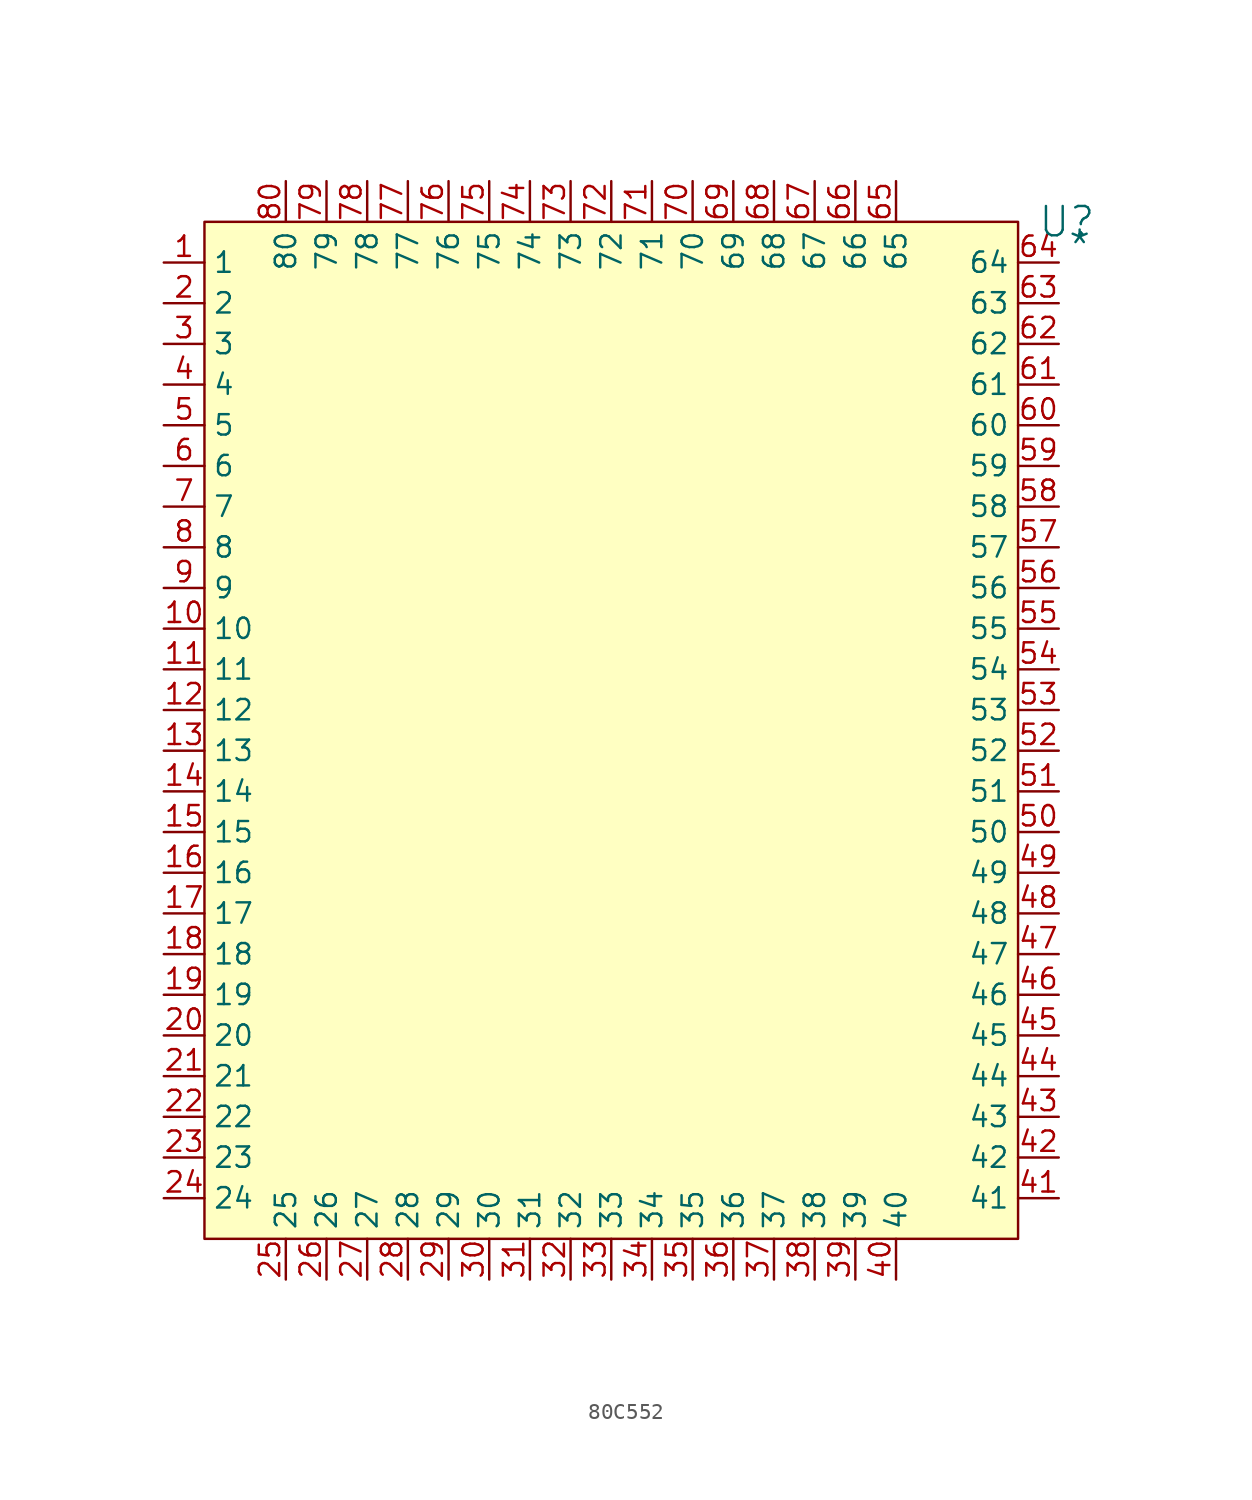
<source format=kicad_sym>
(kicad_symbol_lib
  (version 20241209)
  (generator "kicad_symbol_editor")
  (generator_version "9.0")
  (symbol "80C552"
    (property "Reference" "U"
      (at 53.848 0 0)
      (effects (font (size 1.829 1.829))))
    (property "Value" "*"
      (at 53.848 -2.54 0)
      (effects (font (size 1.829 1.829)) (justify left bottom)))
    (symbol "80C552_1_0"
      (rectangle (start 50.8 0) (end 0 -63.5) (stroke (width 0) (type solid) (color 128 0 0 1)) (fill (type background)))
      (pin passive line (at -2.54 -2.54 0) (length 2.54) (name "1" (effects (font (size 1.27 1.27)))) (number "1" (effects (font (size 1.27 1.27)))))
      (pin passive line (at -2.54 -5.08 0) (length 2.54) (name "2" (effects (font (size 1.27 1.27)))) (number "2" (effects (font (size 1.27 1.27)))))
      (pin passive line (at -2.54 -7.62 0) (length 2.54) (name "3" (effects (font (size 1.27 1.27)))) (number "3" (effects (font (size 1.27 1.27)))))
      (pin passive line (at -2.54 -10.16 0) (length 2.54) (name "4" (effects (font (size 1.27 1.27)))) (number "4" (effects (font (size 1.27 1.27)))))
      (pin passive line (at -2.54 -12.7 0) (length 2.54) (name "5" (effects (font (size 1.27 1.27)))) (number "5" (effects (font (size 1.27 1.27)))))
      (pin passive line (at -2.54 -15.24 0) (length 2.54) (name "6" (effects (font (size 1.27 1.27)))) (number "6" (effects (font (size 1.27 1.27)))))
      (pin passive line (at -2.54 -17.78 0) (length 2.54) (name "7" (effects (font (size 1.27 1.27)))) (number "7" (effects (font (size 1.27 1.27)))))
      (pin passive line (at -2.54 -20.32 0) (length 2.54) (name "8" (effects (font (size 1.27 1.27)))) (number "8" (effects (font (size 1.27 1.27)))))
      (pin passive line (at -2.54 -22.86 0) (length 2.54) (name "9" (effects (font (size 1.27 1.27)))) (number "9" (effects (font (size 1.27 1.27)))))
      (pin passive line (at -2.54 -25.4 0) (length 2.54) (name "10" (effects (font (size 1.27 1.27)))) (number "10" (effects (font (size 1.27 1.27)))))
      (pin passive line (at -2.54 -27.94 0) (length 2.54) (name "11" (effects (font (size 1.27 1.27)))) (number "11" (effects (font (size 1.27 1.27)))))
      (pin passive line (at -2.54 -30.48 0) (length 2.54) (name "12" (effects (font (size 1.27 1.27)))) (number "12" (effects (font (size 1.27 1.27)))))
      (pin passive line (at -2.54 -33.02 0) (length 2.54) (name "13" (effects (font (size 1.27 1.27)))) (number "13" (effects (font (size 1.27 1.27)))))
      (pin passive line (at -2.54 -35.56 0) (length 2.54) (name "14" (effects (font (size 1.27 1.27)))) (number "14" (effects (font (size 1.27 1.27)))))
      (pin passive line (at -2.54 -38.1 0) (length 2.54) (name "15" (effects (font (size 1.27 1.27)))) (number "15" (effects (font (size 1.27 1.27)))))
      (pin passive line (at -2.54 -40.64 0) (length 2.54) (name "16" (effects (font (size 1.27 1.27)))) (number "16" (effects (font (size 1.27 1.27)))))
      (pin passive line (at -2.54 -43.18 0) (length 2.54) (name "17" (effects (font (size 1.27 1.27)))) (number "17" (effects (font (size 1.27 1.27)))))
      (pin passive line (at -2.54 -45.72 0) (length 2.54) (name "18" (effects (font (size 1.27 1.27)))) (number "18" (effects (font (size 1.27 1.27)))))
      (pin passive line (at -2.54 -48.26 0) (length 2.54) (name "19" (effects (font (size 1.27 1.27)))) (number "19" (effects (font (size 1.27 1.27)))))
      (pin passive line (at -2.54 -50.8 0) (length 2.54) (name "20" (effects (font (size 1.27 1.27)))) (number "20" (effects (font (size 1.27 1.27)))))
      (pin passive line (at -2.54 -53.34 0) (length 2.54) (name "21" (effects (font (size 1.27 1.27)))) (number "21" (effects (font (size 1.27 1.27)))))
      (pin passive line (at -2.54 -55.88 0) (length 2.54) (name "22" (effects (font (size 1.27 1.27)))) (number "22" (effects (font (size 1.27 1.27)))))
      (pin passive line (at -2.54 -58.42 0) (length 2.54) (name "23" (effects (font (size 1.27 1.27)))) (number "23" (effects (font (size 1.27 1.27)))))
      (pin passive line (at -2.54 -60.96 0) (length 2.54) (name "24" (effects (font (size 1.27 1.27)))) (number "24" (effects (font (size 1.27 1.27)))))
      (pin passive line (at 5.08 2.54 270) (length 2.54) (name "80" (effects (font (size 1.27 1.27)))) (number "80" (effects (font (size 1.27 1.27)))))
      (pin passive line (at 5.08 -66.04 90) (length 2.54) (name "25" (effects (font (size 1.27 1.27)))) (number "25" (effects (font (size 1.27 1.27)))))
      (pin passive line (at 7.62 2.54 270) (length 2.54) (name "79" (effects (font (size 1.27 1.27)))) (number "79" (effects (font (size 1.27 1.27)))))
      (pin passive line (at 7.62 -66.04 90) (length 2.54) (name "26" (effects (font (size 1.27 1.27)))) (number "26" (effects (font (size 1.27 1.27)))))
      (pin passive line (at 10.16 2.54 270) (length 2.54) (name "78" (effects (font (size 1.27 1.27)))) (number "78" (effects (font (size 1.27 1.27)))))
      (pin passive line (at 10.16 -66.04 90) (length 2.54) (name "27" (effects (font (size 1.27 1.27)))) (number "27" (effects (font (size 1.27 1.27)))))
      (pin passive line (at 12.7 2.54 270) (length 2.54) (name "77" (effects (font (size 1.27 1.27)))) (number "77" (effects (font (size 1.27 1.27)))))
      (pin passive line (at 12.7 -66.04 90) (length 2.54) (name "28" (effects (font (size 1.27 1.27)))) (number "28" (effects (font (size 1.27 1.27)))))
      (pin passive line (at 15.24 2.54 270) (length 2.54) (name "76" (effects (font (size 1.27 1.27)))) (number "76" (effects (font (size 1.27 1.27)))))
      (pin passive line (at 15.24 -66.04 90) (length 2.54) (name "29" (effects (font (size 1.27 1.27)))) (number "29" (effects (font (size 1.27 1.27)))))
      (pin passive line (at 17.78 2.54 270) (length 2.54) (name "75" (effects (font (size 1.27 1.27)))) (number "75" (effects (font (size 1.27 1.27)))))
      (pin passive line (at 17.78 -66.04 90) (length 2.54) (name "30" (effects (font (size 1.27 1.27)))) (number "30" (effects (font (size 1.27 1.27)))))
      (pin passive line (at 20.32 2.54 270) (length 2.54) (name "74" (effects (font (size 1.27 1.27)))) (number "74" (effects (font (size 1.27 1.27)))))
      (pin passive line (at 20.32 -66.04 90) (length 2.54) (name "31" (effects (font (size 1.27 1.27)))) (number "31" (effects (font (size 1.27 1.27)))))
      (pin passive line (at 22.86 2.54 270) (length 2.54) (name "73" (effects (font (size 1.27 1.27)))) (number "73" (effects (font (size 1.27 1.27)))))
      (pin passive line (at 22.86 -66.04 90) (length 2.54) (name "32" (effects (font (size 1.27 1.27)))) (number "32" (effects (font (size 1.27 1.27)))))
      (pin passive line (at 25.4 2.54 270) (length 2.54) (name "72" (effects (font (size 1.27 1.27)))) (number "72" (effects (font (size 1.27 1.27)))))
      (pin passive line (at 25.4 -66.04 90) (length 2.54) (name "33" (effects (font (size 1.27 1.27)))) (number "33" (effects (font (size 1.27 1.27)))))
      (pin passive line (at 27.94 2.54 270) (length 2.54) (name "71" (effects (font (size 1.27 1.27)))) (number "71" (effects (font (size 1.27 1.27)))))
      (pin passive line (at 27.94 -66.04 90) (length 2.54) (name "34" (effects (font (size 1.27 1.27)))) (number "34" (effects (font (size 1.27 1.27)))))
      (pin passive line (at 30.48 2.54 270) (length 2.54) (name "70" (effects (font (size 1.27 1.27)))) (number "70" (effects (font (size 1.27 1.27)))))
      (pin passive line (at 30.48 -66.04 90) (length 2.54) (name "35" (effects (font (size 1.27 1.27)))) (number "35" (effects (font (size 1.27 1.27)))))
      (pin passive line (at 33.02 2.54 270) (length 2.54) (name "69" (effects (font (size 1.27 1.27)))) (number "69" (effects (font (size 1.27 1.27)))))
      (pin passive line (at 33.02 -66.04 90) (length 2.54) (name "36" (effects (font (size 1.27 1.27)))) (number "36" (effects (font (size 1.27 1.27)))))
      (pin passive line (at 35.56 2.54 270) (length 2.54) (name "68" (effects (font (size 1.27 1.27)))) (number "68" (effects (font (size 1.27 1.27)))))
      (pin passive line (at 35.56 -66.04 90) (length 2.54) (name "37" (effects (font (size 1.27 1.27)))) (number "37" (effects (font (size 1.27 1.27)))))
      (pin passive line (at 38.1 2.54 270) (length 2.54) (name "67" (effects (font (size 1.27 1.27)))) (number "67" (effects (font (size 1.27 1.27)))))
      (pin passive line (at 38.1 -66.04 90) (length 2.54) (name "38" (effects (font (size 1.27 1.27)))) (number "38" (effects (font (size 1.27 1.27)))))
      (pin passive line (at 40.64 2.54 270) (length 2.54) (name "66" (effects (font (size 1.27 1.27)))) (number "66" (effects (font (size 1.27 1.27)))))
      (pin passive line (at 40.64 -66.04 90) (length 2.54) (name "39" (effects (font (size 1.27 1.27)))) (number "39" (effects (font (size 1.27 1.27)))))
      (pin passive line (at 43.18 2.54 270) (length 2.54) (name "65" (effects (font (size 1.27 1.27)))) (number "65" (effects (font (size 1.27 1.27)))))
      (pin passive line (at 43.18 -66.04 90) (length 2.54) (name "40" (effects (font (size 1.27 1.27)))) (number "40" (effects (font (size 1.27 1.27)))))
      (pin passive line (at 53.34 -2.54 180) (length 2.54) (name "64" (effects (font (size 1.27 1.27)))) (number "64" (effects (font (size 1.27 1.27)))))
      (pin passive line (at 53.34 -5.08 180) (length 2.54) (name "63" (effects (font (size 1.27 1.27)))) (number "63" (effects (font (size 1.27 1.27)))))
      (pin passive line (at 53.34 -7.62 180) (length 2.54) (name "62" (effects (font (size 1.27 1.27)))) (number "62" (effects (font (size 1.27 1.27)))))
      (pin passive line (at 53.34 -10.16 180) (length 2.54) (name "61" (effects (font (size 1.27 1.27)))) (number "61" (effects (font (size 1.27 1.27)))))
      (pin passive line (at 53.34 -12.7 180) (length 2.54) (name "60" (effects (font (size 1.27 1.27)))) (number "60" (effects (font (size 1.27 1.27)))))
      (pin passive line (at 53.34 -15.24 180) (length 2.54) (name "59" (effects (font (size 1.27 1.27)))) (number "59" (effects (font (size 1.27 1.27)))))
      (pin passive line (at 53.34 -17.78 180) (length 2.54) (name "58" (effects (font (size 1.27 1.27)))) (number "58" (effects (font (size 1.27 1.27)))))
      (pin passive line (at 53.34 -20.32 180) (length 2.54) (name "57" (effects (font (size 1.27 1.27)))) (number "57" (effects (font (size 1.27 1.27)))))
      (pin passive line (at 53.34 -22.86 180) (length 2.54) (name "56" (effects (font (size 1.27 1.27)))) (number "56" (effects (font (size 1.27 1.27)))))
      (pin passive line (at 53.34 -25.4 180) (length 2.54) (name "55" (effects (font (size 1.27 1.27)))) (number "55" (effects (font (size 1.27 1.27)))))
      (pin passive line (at 53.34 -27.94 180) (length 2.54) (name "54" (effects (font (size 1.27 1.27)))) (number "54" (effects (font (size 1.27 1.27)))))
      (pin passive line (at 53.34 -30.48 180) (length 2.54) (name "53" (effects (font (size 1.27 1.27)))) (number "53" (effects (font (size 1.27 1.27)))))
      (pin passive line (at 53.34 -33.02 180) (length 2.54) (name "52" (effects (font (size 1.27 1.27)))) (number "52" (effects (font (size 1.27 1.27)))))
      (pin passive line (at 53.34 -35.56 180) (length 2.54) (name "51" (effects (font (size 1.27 1.27)))) (number "51" (effects (font (size 1.27 1.27)))))
      (pin passive line (at 53.34 -38.1 180) (length 2.54) (name "50" (effects (font (size 1.27 1.27)))) (number "50" (effects (font (size 1.27 1.27)))))
      (pin passive line (at 53.34 -40.64 180) (length 2.54) (name "49" (effects (font (size 1.27 1.27)))) (number "49" (effects (font (size 1.27 1.27)))))
      (pin passive line (at 53.34 -43.18 180) (length 2.54) (name "48" (effects (font (size 1.27 1.27)))) (number "48" (effects (font (size 1.27 1.27)))))
      (pin passive line (at 53.34 -45.72 180) (length 2.54) (name "47" (effects (font (size 1.27 1.27)))) (number "47" (effects (font (size 1.27 1.27)))))
      (pin passive line (at 53.34 -48.26 180) (length 2.54) (name "46" (effects (font (size 1.27 1.27)))) (number "46" (effects (font (size 1.27 1.27)))))
      (pin passive line (at 53.34 -50.8 180) (length 2.54) (name "45" (effects (font (size 1.27 1.27)))) (number "45" (effects (font (size 1.27 1.27)))))
      (pin passive line (at 53.34 -53.34 180) (length 2.54) (name "44" (effects (font (size 1.27 1.27)))) (number "44" (effects (font (size 1.27 1.27)))))
      (pin passive line (at 53.34 -55.88 180) (length 2.54) (name "43" (effects (font (size 1.27 1.27)))) (number "43" (effects (font (size 1.27 1.27)))))
      (pin passive line (at 53.34 -58.42 180) (length 2.54) (name "42" (effects (font (size 1.27 1.27)))) (number "42" (effects (font (size 1.27 1.27)))))
      (pin passive line (at 53.34 -60.96 180) (length 2.54) (name "41" (effects (font (size 1.27 1.27)))) (number "41" (effects (font (size 1.27 1.27))))))))
</source>
